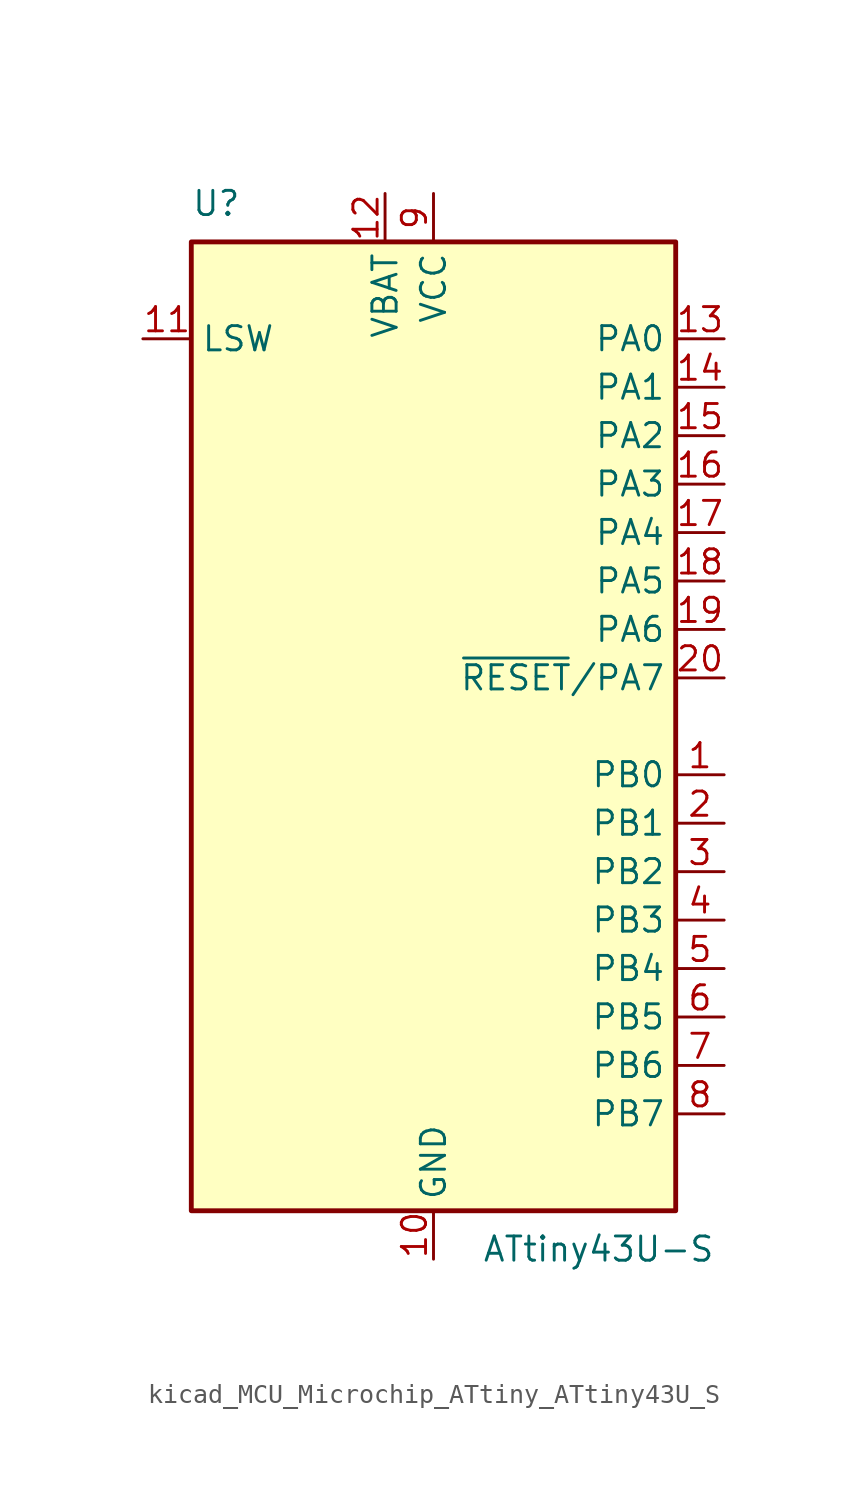
<source format=kicad_sym>
(kicad_symbol_lib
  (version 20220914)
  (generator kicad_symbol_editor)
  (symbol "kicad_MCU_Microchip_ATtiny_ATtiny43U_S"
    (property "Reference" "U"
      (at -12.7 26.67 0)
      (effects (font (size 1.27 1.27)) (justify left bottom)))
    (property "Value" "ATtiny43U-S"
      (at 2.54 -26.67 0)
      (effects (font (size 1.27 1.27)) (justify left top)))
    (symbol "kicad_MCU_Microchip_ATtiny_ATtiny43U_S_0_1"
      (rectangle (start -12.7 -25.4) (end 12.7 25.4) (stroke (width 0.254) (type default)) (fill (type background))))
    (symbol "kicad_MCU_Microchip_ATtiny_ATtiny43U_S_1_1"
      (pin bidirectional line (at 15.24 -2.54 180) (length 2.54) (name "PB0" (effects (font (size 1.27 1.27)))) (number "1" (effects (font (size 1.27 1.27)))))
      (pin power_in line (at 0 -27.94 90) (length 2.54) (name "GND" (effects (font (size 1.27 1.27)))) (number "10" (effects (font (size 1.27 1.27)))))
      (pin passive line (at -15.24 20.32 0) (length 2.54) (name "LSW" (effects (font (size 1.27 1.27)))) (number "11" (effects (font (size 1.27 1.27)))))
      (pin power_in line (at -2.54 27.94 270) (length 2.54) (name "VBAT" (effects (font (size 1.27 1.27)))) (number "12" (effects (font (size 1.27 1.27)))))
      (pin bidirectional line (at 15.24 20.32 180) (length 2.54) (name "PA0" (effects (font (size 1.27 1.27)))) (number "13" (effects (font (size 1.27 1.27)))))
      (pin bidirectional line (at 15.24 17.78 180) (length 2.54) (name "PA1" (effects (font (size 1.27 1.27)))) (number "14" (effects (font (size 1.27 1.27)))))
      (pin bidirectional line (at 15.24 15.24 180) (length 2.54) (name "PA2" (effects (font (size 1.27 1.27)))) (number "15" (effects (font (size 1.27 1.27)))))
      (pin bidirectional line (at 15.24 12.7 180) (length 2.54) (name "PA3" (effects (font (size 1.27 1.27)))) (number "16" (effects (font (size 1.27 1.27)))))
      (pin bidirectional line (at 15.24 10.16 180) (length 2.54) (name "PA4" (effects (font (size 1.27 1.27)))) (number "17" (effects (font (size 1.27 1.27)))))
      (pin bidirectional line (at 15.24 7.62 180) (length 2.54) (name "PA5" (effects (font (size 1.27 1.27)))) (number "18" (effects (font (size 1.27 1.27)))))
      (pin bidirectional line (at 15.24 5.08 180) (length 2.54) (name "PA6" (effects (font (size 1.27 1.27)))) (number "19" (effects (font (size 1.27 1.27)))))
      (pin bidirectional line (at 15.24 -5.08 180) (length 2.54) (name "PB1" (effects (font (size 1.27 1.27)))) (number "2" (effects (font (size 1.27 1.27)))))
      (pin bidirectional line (at 15.24 2.54 180) (length 2.54) (name "~{RESET}/PA7" (effects (font (size 1.27 1.27)))) (number "20" (effects (font (size 1.27 1.27)))))
      (pin bidirectional line (at 15.24 -7.62 180) (length 2.54) (name "PB2" (effects (font (size 1.27 1.27)))) (number "3" (effects (font (size 1.27 1.27)))))
      (pin bidirectional line (at 15.24 -10.16 180) (length 2.54) (name "PB3" (effects (font (size 1.27 1.27)))) (number "4" (effects (font (size 1.27 1.27)))))
      (pin bidirectional line (at 15.24 -12.7 180) (length 2.54) (name "PB4" (effects (font (size 1.27 1.27)))) (number "5" (effects (font (size 1.27 1.27)))))
      (pin bidirectional line (at 15.24 -15.24 180) (length 2.54) (name "PB5" (effects (font (size 1.27 1.27)))) (number "6" (effects (font (size 1.27 1.27)))))
      (pin bidirectional line (at 15.24 -17.78 180) (length 2.54) (name "PB6" (effects (font (size 1.27 1.27)))) (number "7" (effects (font (size 1.27 1.27)))))
      (pin bidirectional line (at 15.24 -20.32 180) (length 2.54) (name "PB7" (effects (font (size 1.27 1.27)))) (number "8" (effects (font (size 1.27 1.27)))))
      (pin power_in line (at 0 27.94 270) (length 2.54) (name "VCC" (effects (font (size 1.27 1.27)))) (number "9" (effects (font (size 1.27 1.27))))))))
</source>
